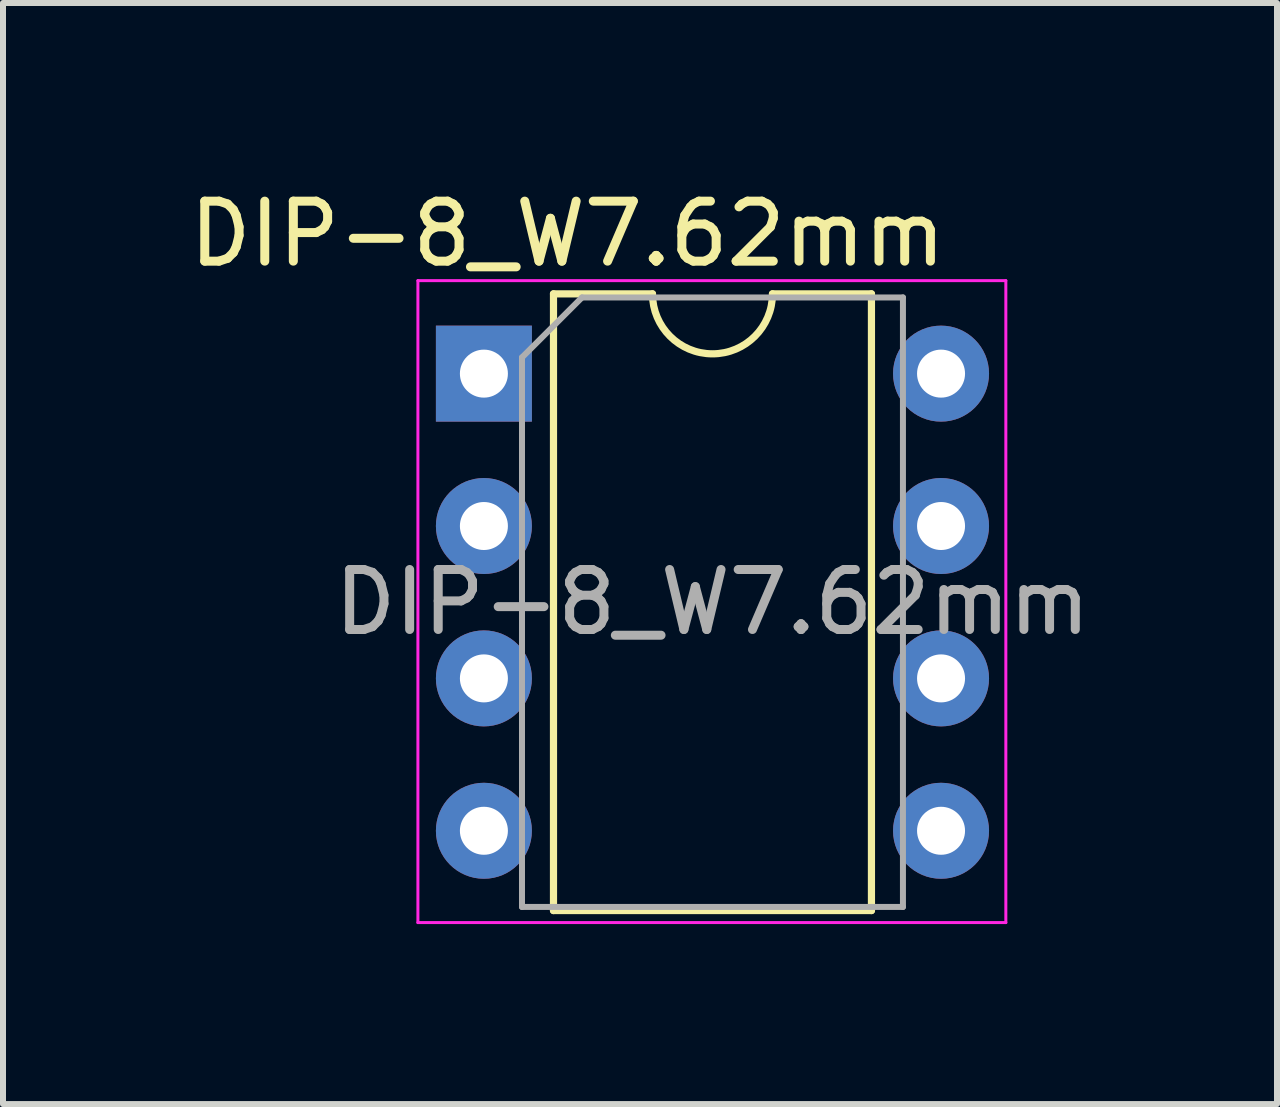
<source format=kicad_pcb>
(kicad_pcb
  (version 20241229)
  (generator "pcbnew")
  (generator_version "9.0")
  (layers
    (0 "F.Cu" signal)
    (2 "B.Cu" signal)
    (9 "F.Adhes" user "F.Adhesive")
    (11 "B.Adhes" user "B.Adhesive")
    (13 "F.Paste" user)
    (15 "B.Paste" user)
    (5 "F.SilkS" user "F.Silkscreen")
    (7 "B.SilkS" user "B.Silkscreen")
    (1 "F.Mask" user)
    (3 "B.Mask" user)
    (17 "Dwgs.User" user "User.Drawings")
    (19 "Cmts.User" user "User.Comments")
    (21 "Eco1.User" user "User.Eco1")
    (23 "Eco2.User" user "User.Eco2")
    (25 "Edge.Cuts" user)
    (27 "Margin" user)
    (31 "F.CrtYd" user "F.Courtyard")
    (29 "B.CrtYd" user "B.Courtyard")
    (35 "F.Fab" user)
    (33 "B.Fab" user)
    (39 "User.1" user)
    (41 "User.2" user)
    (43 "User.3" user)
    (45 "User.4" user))
  (footprint "DIP-8_W7.62mm"
    (layer "F.Cu")
    (at 5.016 3.178)
    (property "Reference" "DIP-8_W7.62mm" (at 1.395 -2.33 0) (layer "F.SilkS") (effects (font (size 1 1) (thickness 0.15))))
    (attr through_hole)
    (fp_line (start 1.16 -1.33) (end 1.16 8.95) (stroke (width 0.12) (type solid)) (layer "F.SilkS"))
    (fp_line (start 1.16 8.95) (end 6.46 8.95) (stroke (width 0.12) (type solid)) (layer "F.SilkS"))
    (fp_line (start 2.81 -1.33) (end 1.16 -1.33) (stroke (width 0.12) (type solid)) (layer "F.SilkS"))
    (fp_line (start 6.46 -1.33) (end 4.81 -1.33) (stroke (width 0.12) (type solid)) (layer "F.SilkS"))
    (fp_line (start 6.46 8.95) (end 6.46 -1.33) (stroke (width 0.12) (type solid)) (layer "F.SilkS"))
    (fp_arc (start 4.81 -1.33) (mid 3.81 -0.33) (end 2.81 -1.33) (stroke (width 0.12) (type solid)) (layer "F.SilkS"))
    (fp_line (start -1.1 -1.55) (end -1.1 9.15) (stroke (width 0.05) (type solid)) (layer "F.CrtYd"))
    (fp_line (start -1.1 9.15) (end 8.7 9.15) (stroke (width 0.05) (type solid)) (layer "F.CrtYd"))
    (fp_line (start 8.7 -1.55) (end -1.1 -1.55) (stroke (width 0.05) (type solid)) (layer "F.CrtYd"))
    (fp_line (start 8.7 9.15) (end 8.7 -1.55) (stroke (width 0.05) (type solid)) (layer "F.CrtYd"))
    (fp_line (start 0.635 -0.27) (end 1.635 -1.27) (stroke (width 0.1) (type solid)) (layer "F.Fab"))
    (fp_line (start 0.635 8.89) (end 0.635 -0.27) (stroke (width 0.1) (type solid)) (layer "F.Fab"))
    (fp_line (start 1.635 -1.27) (end 6.985 -1.27) (stroke (width 0.1) (type solid)) (layer "F.Fab"))
    (fp_line (start 6.985 -1.27) (end 6.985 8.89) (stroke (width 0.1) (type solid)) (layer "F.Fab"))
    (fp_line (start 6.985 8.89) (end 0.635 8.89) (stroke (width 0.1) (type solid)) (layer "F.Fab"))
    (fp_text user "${REFERENCE}" (at 3.81 3.81 0) (layer "F.Fab") (effects (font (size 1 1) (thickness 0.15))))
    (pad "1" thru_hole rect (at 0 0) (size 1.6 1.6) (drill 0.8) (layers "*.Cu" "*.Mask"))
    (pad "2" thru_hole oval (at 0 2.54) (size 1.6 1.6) (drill 0.8) (layers "*.Cu" "*.Mask"))
    (pad "3" thru_hole oval (at 0 5.08) (size 1.6 1.6) (drill 0.8) (layers "*.Cu" "*.Mask"))
    (pad "4" thru_hole oval (at 0 7.62) (size 1.6 1.6) (drill 0.8) (layers "*.Cu" "*.Mask"))
    (pad "5" thru_hole oval (at 7.62 7.62) (size 1.6 1.6) (drill 0.8) (layers "*.Cu" "*.Mask"))
    (pad "6" thru_hole oval (at 7.62 5.08) (size 1.6 1.6) (drill 0.8) (layers "*.Cu" "*.Mask"))
    (pad "7" thru_hole oval (at 7.62 2.54) (size 1.6 1.6) (drill 0.8) (layers "*.Cu" "*.Mask"))
    (pad "8" thru_hole oval (at 7.62 0) (size 1.6 1.6) (drill 0.8) (layers "*.Cu" "*.Mask")))
  (gr_rect
    (start -3 -3)
    (end 18.236 15.353)
    (stroke (width 0.1) (type default))
    (fill no)
    (layer "Edge.Cuts")))
</source>
